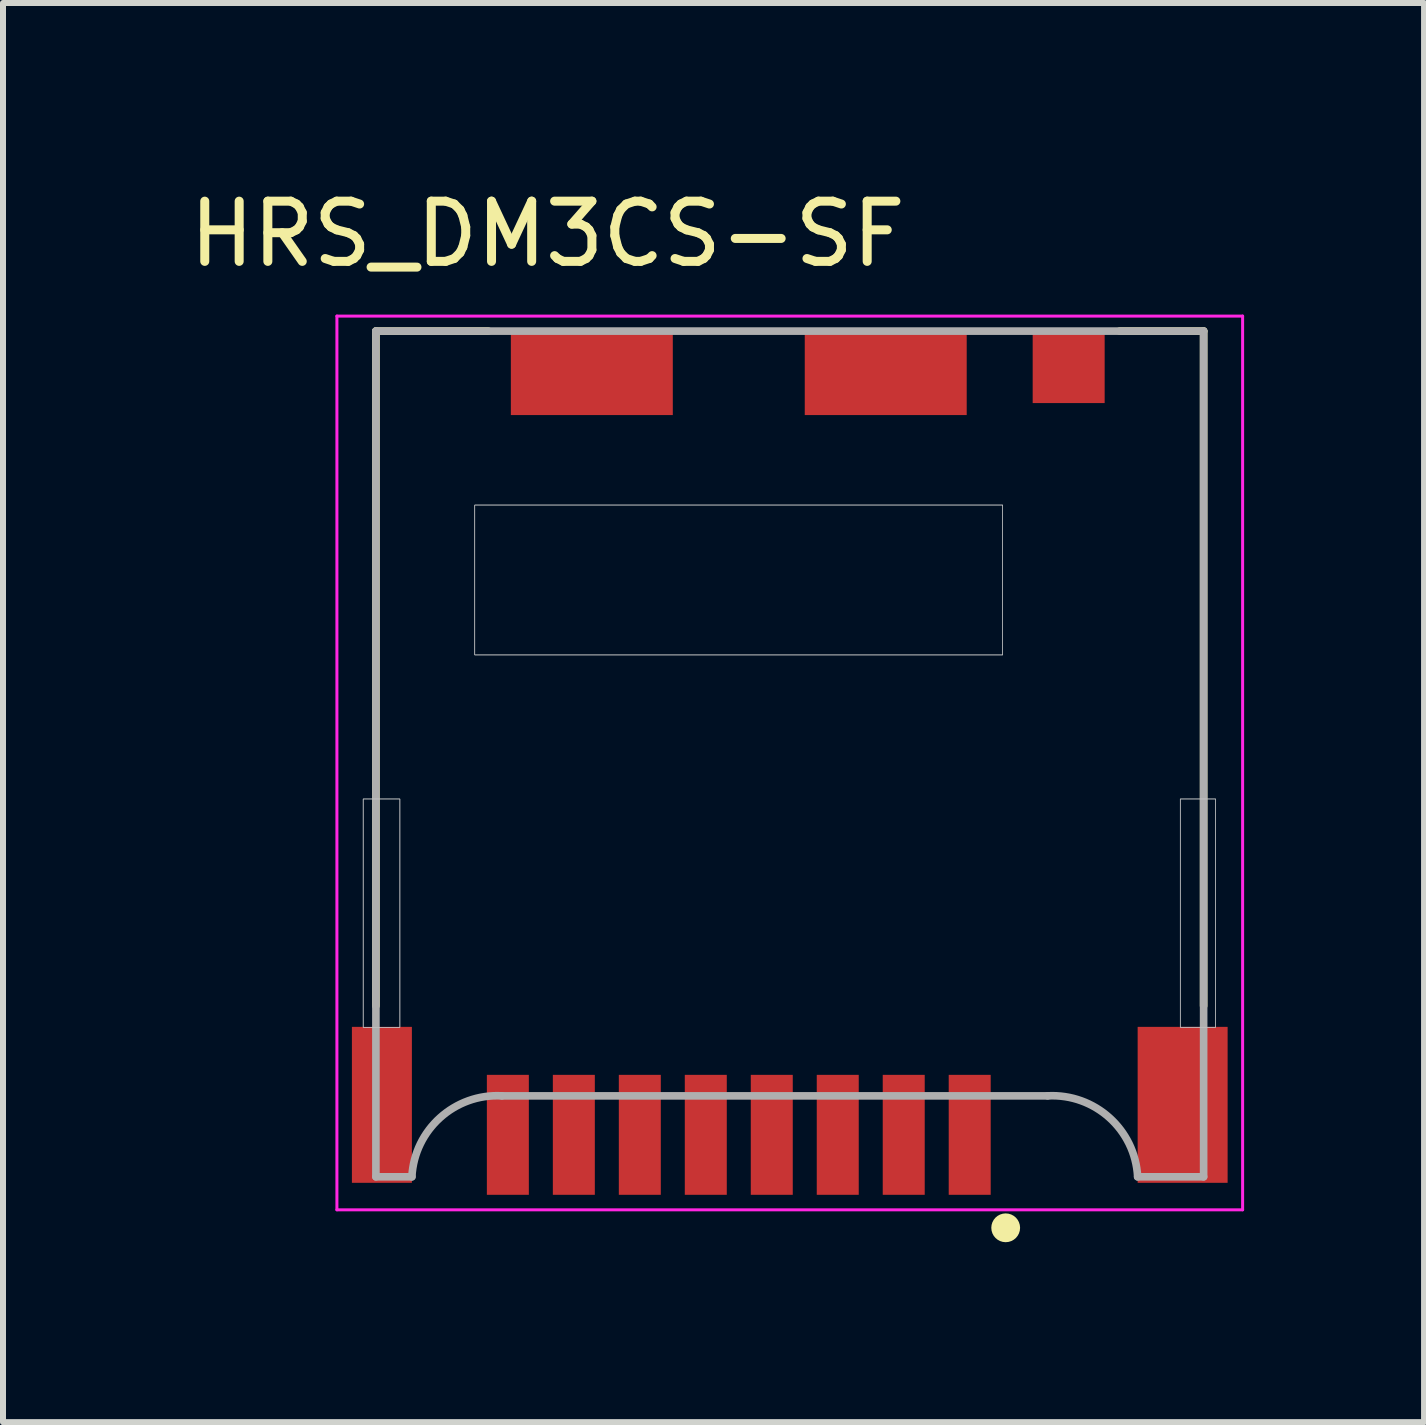
<source format=kicad_pcb>
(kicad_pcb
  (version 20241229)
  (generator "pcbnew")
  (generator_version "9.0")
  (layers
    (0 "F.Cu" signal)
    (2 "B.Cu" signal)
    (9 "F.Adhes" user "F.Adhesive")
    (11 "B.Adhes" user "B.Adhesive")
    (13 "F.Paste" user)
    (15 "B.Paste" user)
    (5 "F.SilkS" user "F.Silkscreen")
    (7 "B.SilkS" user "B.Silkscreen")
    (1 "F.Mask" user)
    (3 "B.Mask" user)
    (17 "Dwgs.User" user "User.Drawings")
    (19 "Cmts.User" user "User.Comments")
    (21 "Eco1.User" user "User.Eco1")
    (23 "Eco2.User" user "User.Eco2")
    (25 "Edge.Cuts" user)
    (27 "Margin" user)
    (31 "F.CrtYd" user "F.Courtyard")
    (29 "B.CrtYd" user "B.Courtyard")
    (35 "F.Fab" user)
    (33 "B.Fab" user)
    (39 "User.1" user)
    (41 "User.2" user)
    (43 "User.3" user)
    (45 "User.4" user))
  (footprint "HRS_DM3CS-SF"
    (layer "F.Cu")
    (at 9.917 9.52)
    (property "Reference" "HRS_DM3CS-SF" (at -3.84 -8.669 0) (layer "F.SilkS") (effects (font (size 1.004 1.004) (thickness 0.15))))
    (attr through_hole)
    (fp_line (start -6.7 -7.05) (end -4.826 -7.05) (stroke (width 0.127) (type solid)) (layer "F.SilkS"))
    (fp_line (start -6.7 4.2) (end -6.7 -7.05) (stroke (width 0.127) (type solid)) (layer "F.SilkS"))
    (fp_line (start 7.1 -7.05) (end 5.7 -7.05) (stroke (width 0.127) (type solid)) (layer "F.SilkS"))
    (fp_line (start 7.1 -7.05) (end 7.1 4.2) (stroke (width 0.127) (type solid)) (layer "F.SilkS"))
    (fp_circle (center 3.8 7.9) (end 3.92 7.9) (stroke (width 0.24) (type solid)) (fill no) (layer "F.SilkS"))
    (fp_poly (pts (xy -6.912 0.75) (xy -6.3 0.75) (xy -6.3 4.558) (xy -6.912 4.558)) (stroke (width 0.01) (type solid)) (fill no) (layer "Dwgs.User"))
    (fp_poly (pts (xy -6.912 0.75) (xy -6.3 0.75) (xy -6.3 4.558) (xy -6.912 4.558)) (stroke (width 0.01) (type solid)) (fill no) (layer "Dwgs.User"))
    (fp_poly (pts (xy -5.053 -4.15) (xy 3.75 -4.15) (xy 3.75 -1.651) (xy -5.053 -1.651)) (stroke (width 0.01) (type solid)) (fill no) (layer "Dwgs.User"))
    (fp_poly (pts (xy -5.051 -4.15) (xy 3.75 -4.15) (xy 3.75 -1.65) (xy -5.051 -1.65)) (stroke (width 0.01) (type solid)) (fill no) (layer "Dwgs.User"))
    (fp_poly (pts (xy 6.71 0.75) (xy 7.3 0.75) (xy 7.3 4.556) (xy 6.71 4.556)) (stroke (width 0.01) (type solid)) (fill no) (layer "Dwgs.User"))
    (fp_poly (pts (xy 6.712 0.75) (xy 7.3 0.75) (xy 7.3 4.558) (xy 6.712 4.558)) (stroke (width 0.01) (type solid)) (fill no) (layer "Dwgs.User"))
    (fp_line (start -7.35 -7.3) (end -7.35 7.6) (stroke (width 0.05) (type solid)) (layer "F.CrtYd"))
    (fp_line (start -7.35 7.6) (end 7.75 7.6) (stroke (width 0.05) (type solid)) (layer "F.CrtYd"))
    (fp_line (start 7.75 -7.3) (end -7.35 -7.3) (stroke (width 0.05) (type solid)) (layer "F.CrtYd"))
    (fp_line (start 7.75 7.6) (end 7.75 -7.3) (stroke (width 0.05) (type solid)) (layer "F.CrtYd"))
    (fp_line (start -6.7 -7.05) (end 7.1 -7.05) (stroke (width 0.127) (type solid)) (layer "F.Fab"))
    (fp_line (start -6.7 7.05) (end -6.7 -7.05) (stroke (width 0.127) (type solid)) (layer "F.Fab"))
    (fp_line (start -6.1 7.05) (end -6.7 7.05) (stroke (width 0.127) (type solid)) (layer "F.Fab"))
    (fp_line (start 4.5 5.7) (end -4.6 5.7) (stroke (width 0.127) (type solid)) (layer "F.Fab"))
    (fp_line (start 7.1 -7.05) (end 7.1 7.05) (stroke (width 0.127) (type solid)) (layer "F.Fab"))
    (fp_line (start 7.1 7.05) (end 6 7.05) (stroke (width 0.127) (type solid)) (layer "F.Fab"))
    (fp_arc (start -6.1 7.05) (mid -5.629594 6.06434) (end -4.6 5.7) (stroke (width 0.127) (type solid)) (layer "F.Fab"))
    (fp_arc (start 4.5 5.7) (mid 5.529594 6.06434) (end 6 7.05) (stroke (width 0.127) (type solid)) (layer "F.Fab"))
    (pad "1" smd rect (at 3.2 6.35) (size 0.7 2) (layers "F.Cu" "F.Mask" "F.Paste"))
    (pad "2" smd rect (at 2.1 6.35) (size 0.7 2) (layers "F.Cu" "F.Mask" "F.Paste"))
    (pad "3" smd rect (at 1 6.35) (size 0.7 2) (layers "F.Cu" "F.Mask" "F.Paste"))
    (pad "4" smd rect (at -0.1 6.35) (size 0.7 2) (layers "F.Cu" "F.Mask" "F.Paste"))
    (pad "5" smd rect (at -1.2 6.35) (size 0.7 2) (layers "F.Cu" "F.Mask" "F.Paste"))
    (pad "6" smd rect (at -2.3 6.35) (size 0.7 2) (layers "F.Cu" "F.Mask" "F.Paste"))
    (pad "7" smd rect (at -3.4 6.35) (size 0.7 2) (layers "F.Cu" "F.Mask" "F.Paste"))
    (pad "8" smd rect (at -4.5 6.35) (size 0.7 2) (layers "F.Cu" "F.Mask" "F.Paste"))
    (pad "9" smd rect (at 1.8 -6.35) (size 2.7 1.4) (layers "F.Cu" "F.Mask" "F.Paste"))
    (pad "S1" smd rect (at -6.6 5.85) (size 1 2.6) (layers "F.Cu" "F.Mask" "F.Paste"))
    (pad "S2" smd rect (at 6.75 5.85) (size 1.5 2.6) (layers "F.Cu" "F.Mask" "F.Paste"))
    (pad "S3" smd rect (at -3.1 -6.35) (size 2.7 1.4) (layers "F.Cu" "F.Mask" "F.Paste"))
    (pad "S5" smd rect (at 4.85 -6.45) (size 1.2 1.2) (layers "F.Cu" "F.Mask" "F.Paste")))
  (gr_rect
    (start -3 -3)
    (end 20.692 20.66)
    (stroke (width 0.1) (type default))
    (fill no)
    (layer "Edge.Cuts")))
</source>
